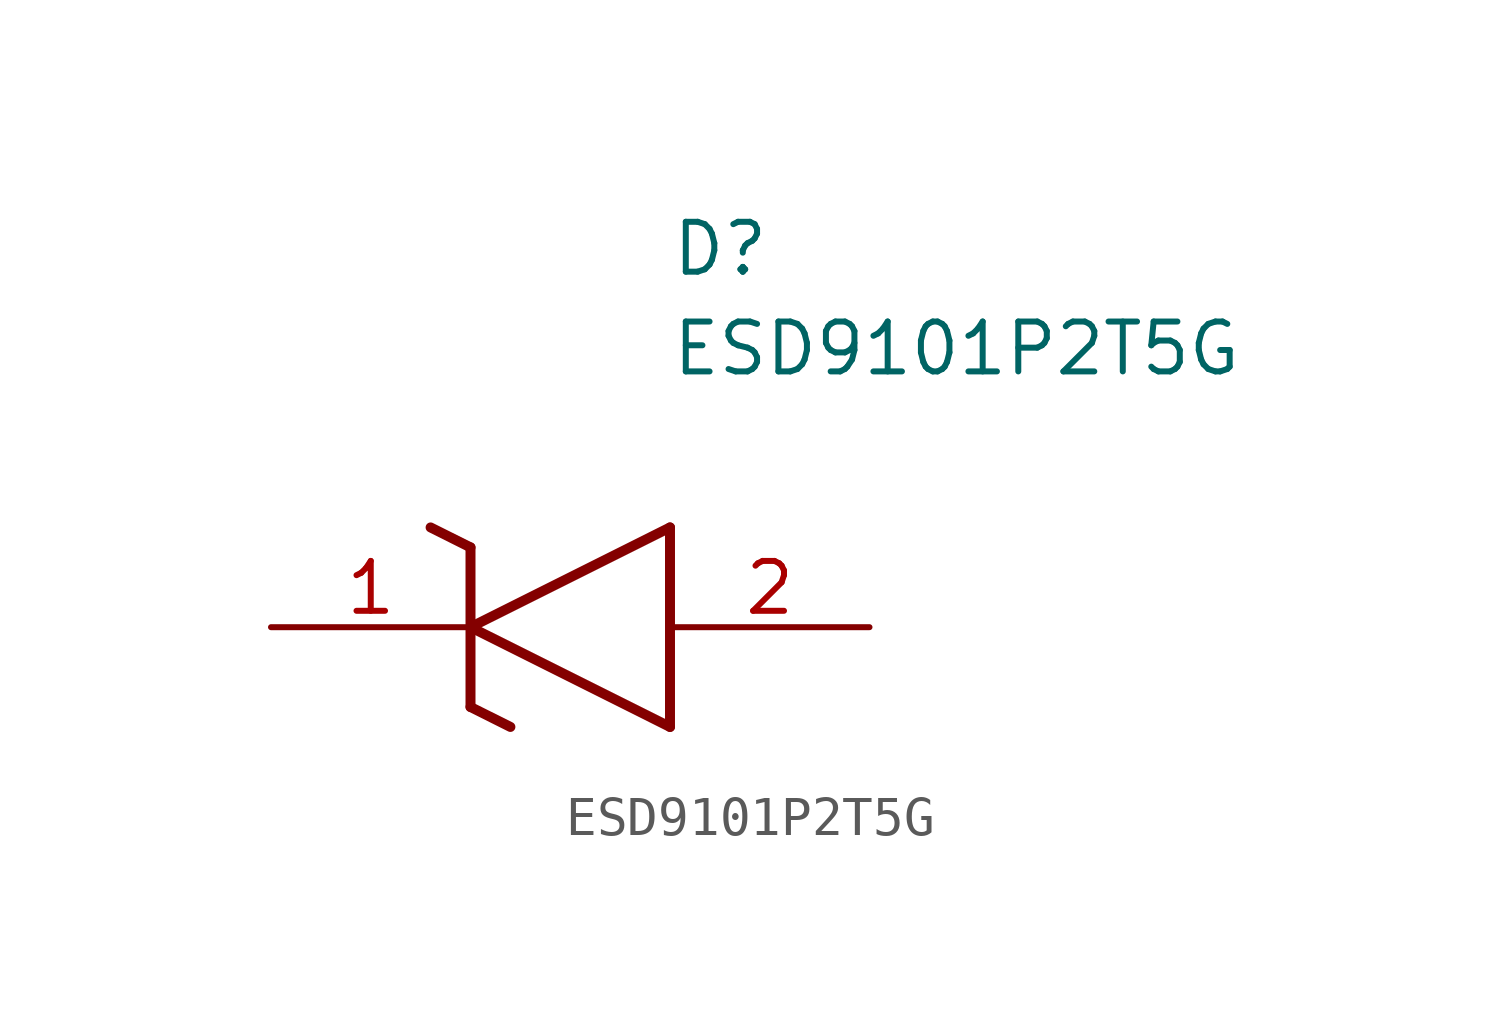
<source format=kicad_sym>
(kicad_symbol_lib
  (version 20211014)
  (generator SamacSys_ECAD_Model)
  (symbol "ESD9101P2T5G"
    (pin_names hide)
    (property "Reference" "D"
      (at 10.16 8.89 0)
      (effects (font (size 1.27 1.27)) (justify left bottom)))
    (property "Value" "ESD9101P2T5G"
      (at 10.16 6.35 0)
      (effects (font (size 1.27 1.27)) (justify left bottom)))
    (polyline
      (pts (xy 5.08 0) (xy 10.16 2.54))
      (stroke (width 0.254) (type default))
      (fill (type none)))
    (polyline
      (pts (xy 10.16 -2.54) (xy 10.16 2.54))
      (stroke (width 0.254) (type default))
      (fill (type none)))
    (polyline
      (pts (xy 10.16 -2.54) (xy 5.08 0))
      (stroke (width 0.254) (type default))
      (fill (type none)))
    (polyline
      (pts (xy 5.08 -2.032) (xy 6.096 -2.54))
      (stroke (width 0.254) (type default))
      (fill (type none)))
    (polyline
      (pts (xy 5.08 -2.032) (xy 5.08 2.032))
      (stroke (width 0.254) (type default))
      (fill (type none)))
    (polyline
      (pts (xy 4.064 2.54) (xy 5.08 2.032))
      (stroke (width 0.254) (type default))
      (fill (type none)))
    (pin passive line
      (at 0 0 0)
      (length 5.08)
      (name "K" (effects (font (size 1.27 1.27))))
      (number "1" (effects (font (size 1.27 1.27)))))
    (pin passive line
      (at 15.24 0 180)
      (length 5.08)
      (name "A" (effects (font (size 1.27 1.27))))
      (number "2" (effects (font (size 1.27 1.27)))))))
</source>
